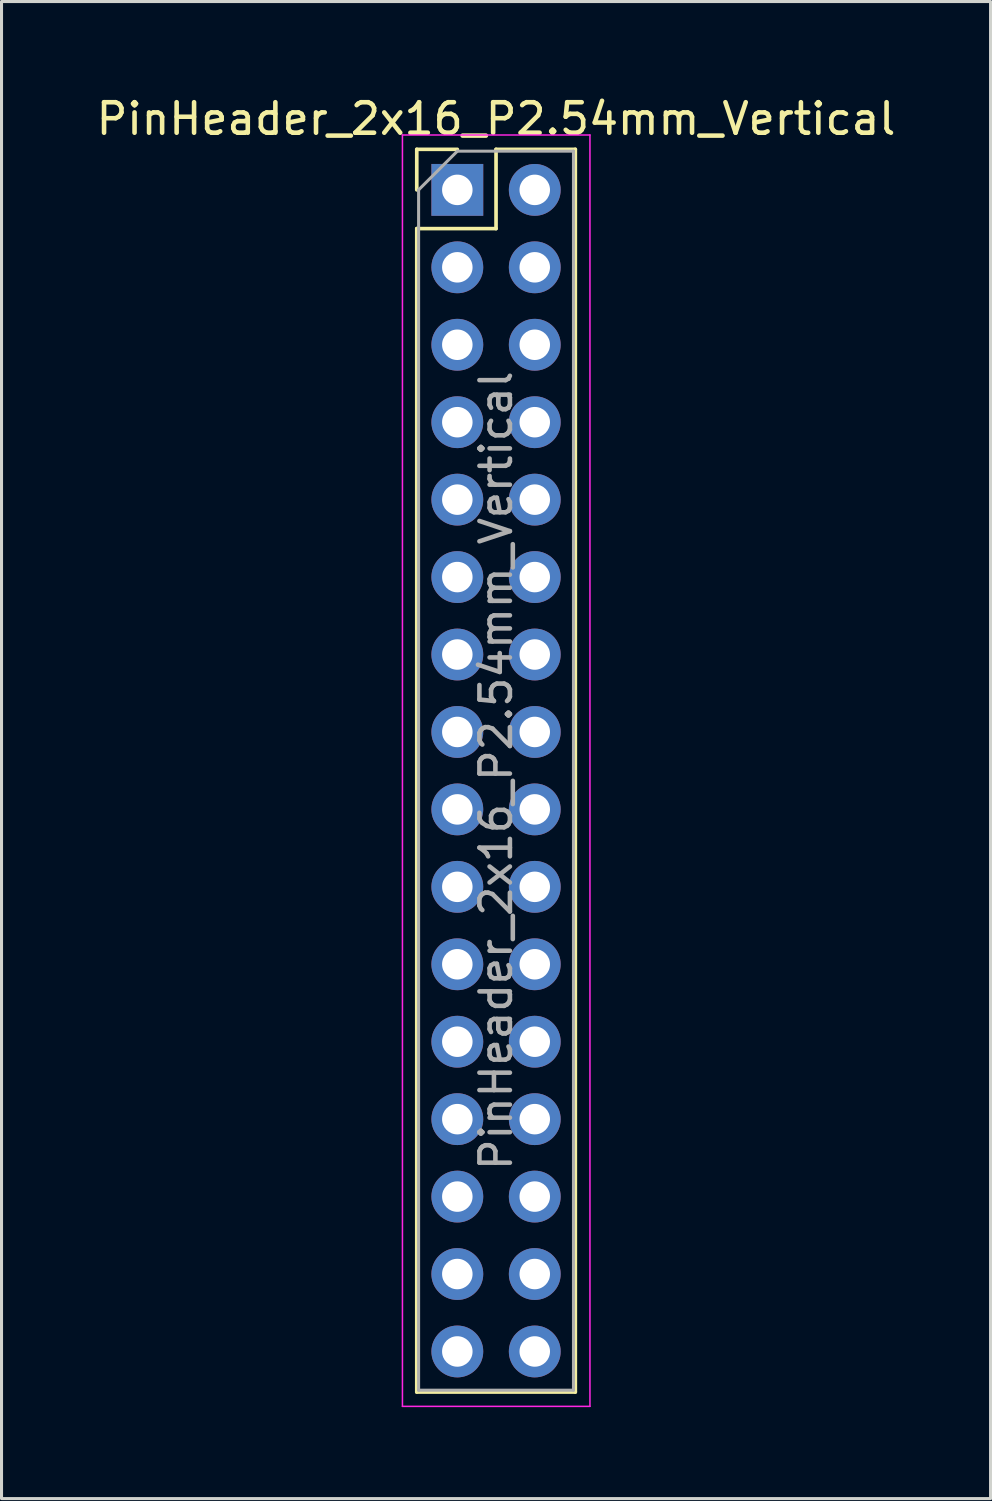
<source format=kicad_pcb>
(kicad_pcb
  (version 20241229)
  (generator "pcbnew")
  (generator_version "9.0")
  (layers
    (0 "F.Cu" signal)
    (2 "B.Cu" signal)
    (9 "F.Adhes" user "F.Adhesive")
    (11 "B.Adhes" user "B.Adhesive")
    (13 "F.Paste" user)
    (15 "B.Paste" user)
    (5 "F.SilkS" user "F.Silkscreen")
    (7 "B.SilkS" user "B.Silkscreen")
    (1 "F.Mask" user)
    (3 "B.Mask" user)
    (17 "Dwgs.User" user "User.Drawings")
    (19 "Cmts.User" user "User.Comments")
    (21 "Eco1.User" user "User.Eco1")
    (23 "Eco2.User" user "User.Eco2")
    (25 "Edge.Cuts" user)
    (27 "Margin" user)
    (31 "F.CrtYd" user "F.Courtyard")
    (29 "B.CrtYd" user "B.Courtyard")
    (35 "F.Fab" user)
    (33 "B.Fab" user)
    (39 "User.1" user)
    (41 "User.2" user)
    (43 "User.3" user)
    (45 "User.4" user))
  (footprint "PinHeader_2x16_P2.54mm_Vertical"
    (layer "F.Cu")
    (at 11.95 3.178)
    (property "Reference" "PinHeader_2x16_P2.54mm_Vertical" (at 1.27 -2.33 0) (layer "F.SilkS") (effects (font (size 1 1) (thickness 0.15))))
    (attr through_hole)
    (fp_line (start -1.33 -1.33) (end 0 -1.33) (stroke (width 0.12) (type solid)) (layer "F.SilkS"))
    (fp_line (start -1.33 0) (end -1.33 -1.33) (stroke (width 0.12) (type solid)) (layer "F.SilkS"))
    (fp_line (start -1.33 1.27) (end -1.33 39.43) (stroke (width 0.12) (type solid)) (layer "F.SilkS"))
    (fp_line (start -1.33 1.27) (end 1.27 1.27) (stroke (width 0.12) (type solid)) (layer "F.SilkS"))
    (fp_line (start -1.33 39.43) (end 3.87 39.43) (stroke (width 0.12) (type solid)) (layer "F.SilkS"))
    (fp_line (start 1.27 -1.33) (end 3.87 -1.33) (stroke (width 0.12) (type solid)) (layer "F.SilkS"))
    (fp_line (start 1.27 1.27) (end 1.27 -1.33) (stroke (width 0.12) (type solid)) (layer "F.SilkS"))
    (fp_line (start 3.87 -1.33) (end 3.87 39.43) (stroke (width 0.12) (type solid)) (layer "F.SilkS"))
    (fp_line (start -1.8 -1.8) (end -1.8 39.9) (stroke (width 0.05) (type solid)) (layer "F.CrtYd"))
    (fp_line (start -1.8 39.9) (end 4.35 39.9) (stroke (width 0.05) (type solid)) (layer "F.CrtYd"))
    (fp_line (start 4.35 -1.8) (end -1.8 -1.8) (stroke (width 0.05) (type solid)) (layer "F.CrtYd"))
    (fp_line (start 4.35 39.9) (end 4.35 -1.8) (stroke (width 0.05) (type solid)) (layer "F.CrtYd"))
    (fp_line (start -1.27 0) (end 0 -1.27) (stroke (width 0.1) (type solid)) (layer "F.Fab"))
    (fp_line (start -1.27 39.37) (end -1.27 0) (stroke (width 0.1) (type solid)) (layer "F.Fab"))
    (fp_line (start 0 -1.27) (end 3.81 -1.27) (stroke (width 0.1) (type solid)) (layer "F.Fab"))
    (fp_line (start 3.81 -1.27) (end 3.81 39.37) (stroke (width 0.1) (type solid)) (layer "F.Fab"))
    (fp_line (start 3.81 39.37) (end -1.27 39.37) (stroke (width 0.1) (type solid)) (layer "F.Fab"))
    (fp_text user "${REFERENCE}" (at 1.27 19.05 90) (layer "F.Fab") (effects (font (size 1 1) (thickness 0.15))))
    (pad "1" thru_hole rect (at 0 0) (size 1.7 1.7) (drill 1) (layers "*.Cu" "*.Mask"))
    (pad "2" thru_hole oval (at 2.54 0) (size 1.7 1.7) (drill 1) (layers "*.Cu" "*.Mask"))
    (pad "3" thru_hole oval (at 0 2.54) (size 1.7 1.7) (drill 1) (layers "*.Cu" "*.Mask"))
    (pad "4" thru_hole oval (at 2.54 2.54) (size 1.7 1.7) (drill 1) (layers "*.Cu" "*.Mask"))
    (pad "5" thru_hole oval (at 0 5.08) (size 1.7 1.7) (drill 1) (layers "*.Cu" "*.Mask"))
    (pad "6" thru_hole oval (at 2.54 5.08) (size 1.7 1.7) (drill 1) (layers "*.Cu" "*.Mask"))
    (pad "7" thru_hole oval (at 0 7.62) (size 1.7 1.7) (drill 1) (layers "*.Cu" "*.Mask"))
    (pad "8" thru_hole oval (at 2.54 7.62) (size 1.7 1.7) (drill 1) (layers "*.Cu" "*.Mask"))
    (pad "9" thru_hole oval (at 0 10.16) (size 1.7 1.7) (drill 1) (layers "*.Cu" "*.Mask"))
    (pad "10" thru_hole oval (at 2.54 10.16) (size 1.7 1.7) (drill 1) (layers "*.Cu" "*.Mask"))
    (pad "11" thru_hole oval (at 0 12.7) (size 1.7 1.7) (drill 1) (layers "*.Cu" "*.Mask"))
    (pad "12" thru_hole oval (at 2.54 12.7) (size 1.7 1.7) (drill 1) (layers "*.Cu" "*.Mask"))
    (pad "13" thru_hole oval (at 0 15.24) (size 1.7 1.7) (drill 1) (layers "*.Cu" "*.Mask"))
    (pad "14" thru_hole oval (at 2.54 15.24) (size 1.7 1.7) (drill 1) (layers "*.Cu" "*.Mask"))
    (pad "15" thru_hole oval (at 0 17.78) (size 1.7 1.7) (drill 1) (layers "*.Cu" "*.Mask"))
    (pad "16" thru_hole oval (at 2.54 17.78) (size 1.7 1.7) (drill 1) (layers "*.Cu" "*.Mask"))
    (pad "17" thru_hole oval (at 0 20.32) (size 1.7 1.7) (drill 1) (layers "*.Cu" "*.Mask"))
    (pad "18" thru_hole oval (at 2.54 20.32) (size 1.7 1.7) (drill 1) (layers "*.Cu" "*.Mask"))
    (pad "19" thru_hole oval (at 0 22.86) (size 1.7 1.7) (drill 1) (layers "*.Cu" "*.Mask"))
    (pad "20" thru_hole oval (at 2.54 22.86) (size 1.7 1.7) (drill 1) (layers "*.Cu" "*.Mask"))
    (pad "21" thru_hole oval (at 0 25.4) (size 1.7 1.7) (drill 1) (layers "*.Cu" "*.Mask"))
    (pad "22" thru_hole oval (at 2.54 25.4) (size 1.7 1.7) (drill 1) (layers "*.Cu" "*.Mask"))
    (pad "23" thru_hole oval (at 0 27.94) (size 1.7 1.7) (drill 1) (layers "*.Cu" "*.Mask"))
    (pad "24" thru_hole oval (at 2.54 27.94) (size 1.7 1.7) (drill 1) (layers "*.Cu" "*.Mask"))
    (pad "25" thru_hole oval (at 0 30.48) (size 1.7 1.7) (drill 1) (layers "*.Cu" "*.Mask"))
    (pad "26" thru_hole oval (at 2.54 30.48) (size 1.7 1.7) (drill 1) (layers "*.Cu" "*.Mask"))
    (pad "27" thru_hole oval (at 0 33.02) (size 1.7 1.7) (drill 1) (layers "*.Cu" "*.Mask"))
    (pad "28" thru_hole oval (at 2.54 33.02) (size 1.7 1.7) (drill 1) (layers "*.Cu" "*.Mask"))
    (pad "29" thru_hole oval (at 0 35.56) (size 1.7 1.7) (drill 1) (layers "*.Cu" "*.Mask"))
    (pad "30" thru_hole oval (at 2.54 35.56) (size 1.7 1.7) (drill 1) (layers "*.Cu" "*.Mask"))
    (pad "31" thru_hole oval (at 0 38.1) (size 1.7 1.7) (drill 1) (layers "*.Cu" "*.Mask"))
    (pad "32" thru_hole oval (at 2.54 38.1) (size 1.7 1.7) (drill 1) (layers "*.Cu" "*.Mask")))
  (gr_rect
    (start -3 -3)
    (end 29.44 46.103)
    (stroke (width 0.1) (type default))
    (fill no)
    (layer "Edge.Cuts")))
</source>
